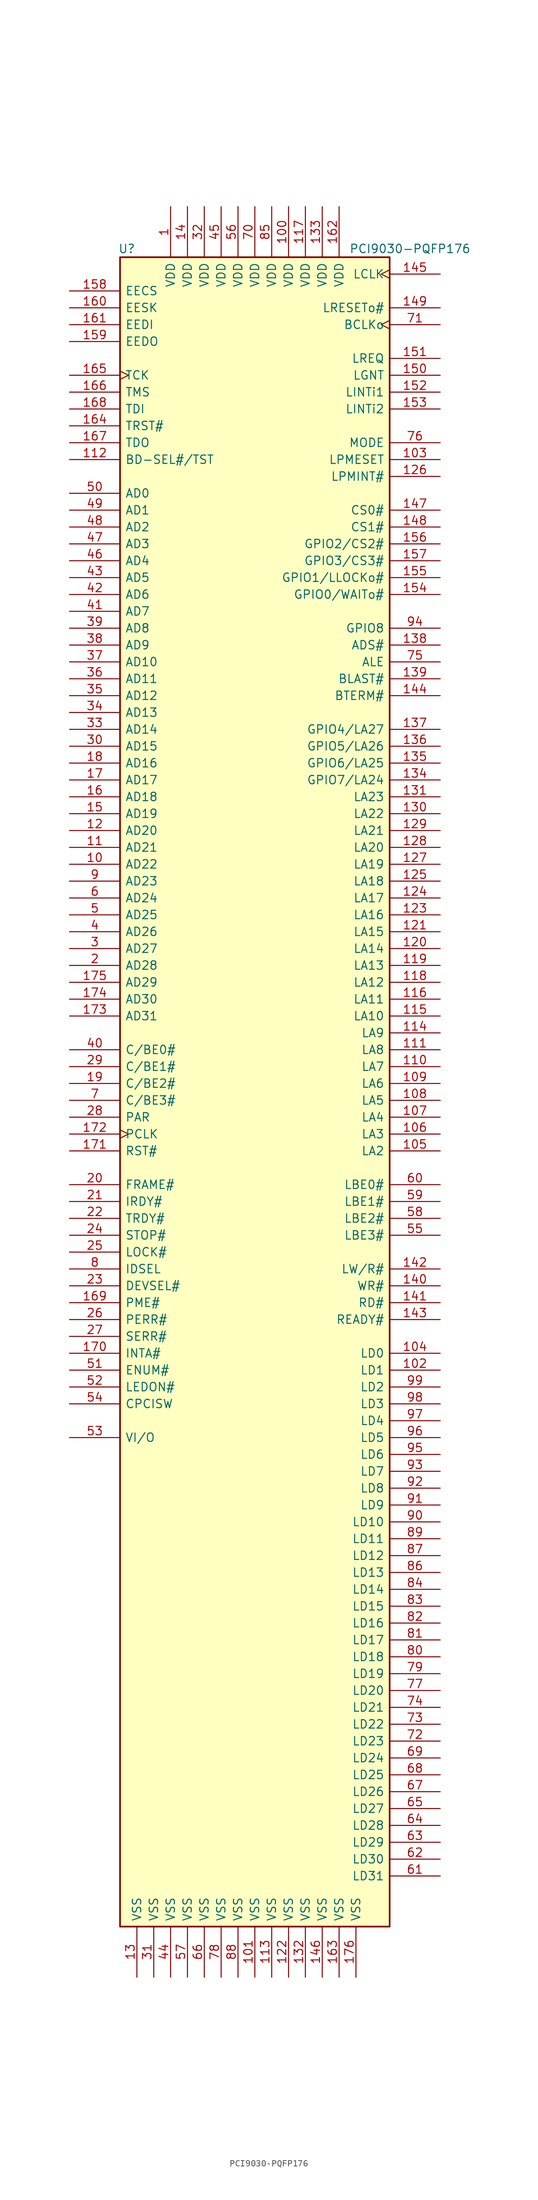
<source format=kicad_sym>
(kicad_symbol_lib
  (version 20241209)
  (generator "kicad_symbol_editor")
  (generator_version "9.0")
  (symbol "PCI9030-PQFP176"
    (pin_names
      (offset 0.762))
    (property "Reference" "U"
      (at -19.304 125.73 0)
      (effects (font (size 1.27 1.27))))
    (property "Value" "PCI9030-PQFP176"
      (at 14.224 125.73 0)
      (effects (font (size 1.27 1.27)) (justify left)))
    (symbol "PCI9030-PQFP176_1_1"
      (rectangle (start 20.32 -127) (end -20.32 124.46) (stroke (width 0.254) (type default)) (fill (type background)))
      (pin output line (at -27.94 119.38 0) (length 7.62) (name "EECS" (effects (font (size 1.27 1.27)))) (number "158" (effects (font (size 1.27 1.27)))))
      (pin output line (at -27.94 116.84 0) (length 7.62) (name "EESK" (effects (font (size 1.27 1.27)))) (number "160" (effects (font (size 1.27 1.27)))))
      (pin output line (at -27.94 114.3 0) (length 7.62) (name "EEDI" (effects (font (size 1.27 1.27)))) (number "161" (effects (font (size 1.27 1.27)))))
      (pin input line (at -27.94 111.76 0) (length 7.62) (name "EEDO" (effects (font (size 1.27 1.27)))) (number "159" (effects (font (size 1.27 1.27)))))
      (pin input clock (at -27.94 106.68 0) (length 7.62) (name "TCK" (effects (font (size 1.27 1.27)))) (number "165" (effects (font (size 1.27 1.27)))))
      (pin input line (at -27.94 104.14 0) (length 7.62) (name "TMS" (effects (font (size 1.27 1.27)))) (number "166" (effects (font (size 1.27 1.27)))))
      (pin input line (at -27.94 101.6 0) (length 7.62) (name "TDI" (effects (font (size 1.27 1.27)))) (number "168" (effects (font (size 1.27 1.27)))))
      (pin input line (at -27.94 99.06 0) (length 7.62) (name "TRST#" (effects (font (size 1.27 1.27)))) (number "164" (effects (font (size 1.27 1.27)))))
      (pin output line (at -27.94 96.52 0) (length 7.62) (name "TDO" (effects (font (size 1.27 1.27)))) (number "167" (effects (font (size 1.27 1.27)))))
      (pin input line (at -27.94 93.98 0) (length 7.62) (name "BD-SEL#/TST" (effects (font (size 1.27 1.27)))) (number "112" (effects (font (size 1.27 1.27)))))
      (pin bidirectional line (at -27.94 88.9 0) (length 7.62) (name "AD0" (effects (font (size 1.27 1.27)))) (number "50" (effects (font (size 1.27 1.27)))))
      (pin bidirectional line (at -27.94 86.36 0) (length 7.62) (name "AD1" (effects (font (size 1.27 1.27)))) (number "49" (effects (font (size 1.27 1.27)))))
      (pin bidirectional line (at -27.94 83.82 0) (length 7.62) (name "AD2" (effects (font (size 1.27 1.27)))) (number "48" (effects (font (size 1.27 1.27)))))
      (pin bidirectional line (at -27.94 81.28 0) (length 7.62) (name "AD3" (effects (font (size 1.27 1.27)))) (number "47" (effects (font (size 1.27 1.27)))))
      (pin bidirectional line (at -27.94 78.74 0) (length 7.62) (name "AD4" (effects (font (size 1.27 1.27)))) (number "46" (effects (font (size 1.27 1.27)))))
      (pin bidirectional line (at -27.94 76.2 0) (length 7.62) (name "AD5" (effects (font (size 1.27 1.27)))) (number "43" (effects (font (size 1.27 1.27)))))
      (pin bidirectional line (at -27.94 73.66 0) (length 7.62) (name "AD6" (effects (font (size 1.27 1.27)))) (number "42" (effects (font (size 1.27 1.27)))))
      (pin bidirectional line (at -27.94 71.12 0) (length 7.62) (name "AD7" (effects (font (size 1.27 1.27)))) (number "41" (effects (font (size 1.27 1.27)))))
      (pin bidirectional line (at -27.94 68.58 0) (length 7.62) (name "AD8" (effects (font (size 1.27 1.27)))) (number "39" (effects (font (size 1.27 1.27)))))
      (pin bidirectional line (at -27.94 66.04 0) (length 7.62) (name "AD9" (effects (font (size 1.27 1.27)))) (number "38" (effects (font (size 1.27 1.27)))))
      (pin bidirectional line (at -27.94 63.5 0) (length 7.62) (name "AD10" (effects (font (size 1.27 1.27)))) (number "37" (effects (font (size 1.27 1.27)))))
      (pin bidirectional line (at -27.94 60.96 0) (length 7.62) (name "AD11" (effects (font (size 1.27 1.27)))) (number "36" (effects (font (size 1.27 1.27)))))
      (pin bidirectional line (at -27.94 58.42 0) (length 7.62) (name "AD12" (effects (font (size 1.27 1.27)))) (number "35" (effects (font (size 1.27 1.27)))))
      (pin bidirectional line (at -27.94 55.88 0) (length 7.62) (name "AD13" (effects (font (size 1.27 1.27)))) (number "34" (effects (font (size 1.27 1.27)))))
      (pin bidirectional line (at -27.94 53.34 0) (length 7.62) (name "AD14" (effects (font (size 1.27 1.27)))) (number "33" (effects (font (size 1.27 1.27)))))
      (pin bidirectional line (at -27.94 50.8 0) (length 7.62) (name "AD15" (effects (font (size 1.27 1.27)))) (number "30" (effects (font (size 1.27 1.27)))))
      (pin bidirectional line (at -27.94 48.26 0) (length 7.62) (name "AD16" (effects (font (size 1.27 1.27)))) (number "18" (effects (font (size 1.27 1.27)))))
      (pin bidirectional line (at -27.94 45.72 0) (length 7.62) (name "AD17" (effects (font (size 1.27 1.27)))) (number "17" (effects (font (size 1.27 1.27)))))
      (pin bidirectional line (at -27.94 43.18 0) (length 7.62) (name "AD18" (effects (font (size 1.27 1.27)))) (number "16" (effects (font (size 1.27 1.27)))))
      (pin bidirectional line (at -27.94 40.64 0) (length 7.62) (name "AD19" (effects (font (size 1.27 1.27)))) (number "15" (effects (font (size 1.27 1.27)))))
      (pin bidirectional line (at -27.94 38.1 0) (length 7.62) (name "AD20" (effects (font (size 1.27 1.27)))) (number "12" (effects (font (size 1.27 1.27)))))
      (pin bidirectional line (at -27.94 35.56 0) (length 7.62) (name "AD21" (effects (font (size 1.27 1.27)))) (number "11" (effects (font (size 1.27 1.27)))))
      (pin bidirectional line (at -27.94 33.02 0) (length 7.62) (name "AD22" (effects (font (size 1.27 1.27)))) (number "10" (effects (font (size 1.27 1.27)))))
      (pin bidirectional line (at -27.94 30.48 0) (length 7.62) (name "AD23" (effects (font (size 1.27 1.27)))) (number "9" (effects (font (size 1.27 1.27)))))
      (pin bidirectional line (at -27.94 27.94 0) (length 7.62) (name "AD24" (effects (font (size 1.27 1.27)))) (number "6" (effects (font (size 1.27 1.27)))))
      (pin bidirectional line (at -27.94 25.4 0) (length 7.62) (name "AD25" (effects (font (size 1.27 1.27)))) (number "5" (effects (font (size 1.27 1.27)))))
      (pin bidirectional line (at -27.94 22.86 0) (length 7.62) (name "AD26" (effects (font (size 1.27 1.27)))) (number "4" (effects (font (size 1.27 1.27)))))
      (pin bidirectional line (at -27.94 20.32 0) (length 7.62) (name "AD27" (effects (font (size 1.27 1.27)))) (number "3" (effects (font (size 1.27 1.27)))))
      (pin bidirectional line (at -27.94 17.78 0) (length 7.62) (name "AD28" (effects (font (size 1.27 1.27)))) (number "2" (effects (font (size 1.27 1.27)))))
      (pin bidirectional line (at -27.94 15.24 0) (length 7.62) (name "AD29" (effects (font (size 1.27 1.27)))) (number "175" (effects (font (size 1.27 1.27)))))
      (pin bidirectional line (at -27.94 12.7 0) (length 7.62) (name "AD30" (effects (font (size 1.27 1.27)))) (number "174" (effects (font (size 1.27 1.27)))))
      (pin bidirectional line (at -27.94 10.16 0) (length 7.62) (name "AD31" (effects (font (size 1.27 1.27)))) (number "173" (effects (font (size 1.27 1.27)))))
      (pin bidirectional line (at -27.94 5.08 0) (length 7.62) (name "C/BE0#" (effects (font (size 1.27 1.27)))) (number "40" (effects (font (size 1.27 1.27)))))
      (pin bidirectional line (at -27.94 2.54 0) (length 7.62) (name "C/BE1#" (effects (font (size 1.27 1.27)))) (number "29" (effects (font (size 1.27 1.27)))))
      (pin bidirectional line (at -27.94 0 0) (length 7.62) (name "C/BE2#" (effects (font (size 1.27 1.27)))) (number "19" (effects (font (size 1.27 1.27)))))
      (pin bidirectional line (at -27.94 -2.54 0) (length 7.62) (name "C/BE3#" (effects (font (size 1.27 1.27)))) (number "7" (effects (font (size 1.27 1.27)))))
      (pin bidirectional line (at -27.94 -5.08 0) (length 7.62) (name "PAR" (effects (font (size 1.27 1.27)))) (number "28" (effects (font (size 1.27 1.27)))))
      (pin input clock (at -27.94 -7.62 0) (length 7.62) (name "PCLK" (effects (font (size 1.27 1.27)))) (number "172" (effects (font (size 1.27 1.27)))))
      (pin input line (at -27.94 -10.16 0) (length 7.62) (name "RST#" (effects (font (size 1.27 1.27)))) (number "171" (effects (font (size 1.27 1.27)))))
      (pin bidirectional line (at -27.94 -15.24 0) (length 7.62) (name "FRAME#" (effects (font (size 1.27 1.27)))) (number "20" (effects (font (size 1.27 1.27)))))
      (pin bidirectional line (at -27.94 -17.78 0) (length 7.62) (name "IRDY#" (effects (font (size 1.27 1.27)))) (number "21" (effects (font (size 1.27 1.27)))))
      (pin bidirectional line (at -27.94 -20.32 0) (length 7.62) (name "TRDY#" (effects (font (size 1.27 1.27)))) (number "22" (effects (font (size 1.27 1.27)))))
      (pin bidirectional line (at -27.94 -22.86 0) (length 7.62) (name "STOP#" (effects (font (size 1.27 1.27)))) (number "24" (effects (font (size 1.27 1.27)))))
      (pin input line (at -27.94 -25.4 0) (length 7.62) (name "LOCK#" (effects (font (size 1.27 1.27)))) (number "25" (effects (font (size 1.27 1.27)))))
      (pin input line (at -27.94 -27.94 0) (length 7.62) (name "IDSEL" (effects (font (size 1.27 1.27)))) (number "8" (effects (font (size 1.27 1.27)))))
      (pin bidirectional line (at -27.94 -30.48 0) (length 7.62) (name "DEVSEL#" (effects (font (size 1.27 1.27)))) (number "23" (effects (font (size 1.27 1.27)))))
      (pin output line (at -27.94 -33.02 0) (length 7.62) (name "PME#" (effects (font (size 1.27 1.27)))) (number "169" (effects (font (size 1.27 1.27)))))
      (pin output line (at -27.94 -35.56 0) (length 7.62) (name "PERR#" (effects (font (size 1.27 1.27)))) (number "26" (effects (font (size 1.27 1.27)))))
      (pin output line (at -27.94 -38.1 0) (length 7.62) (name "SERR#" (effects (font (size 1.27 1.27)))) (number "27" (effects (font (size 1.27 1.27)))))
      (pin output line (at -27.94 -40.64 0) (length 7.62) (name "INTA#" (effects (font (size 1.27 1.27)))) (number "170" (effects (font (size 1.27 1.27)))))
      (pin output line (at -27.94 -43.18 0) (length 7.62) (name "ENUM#" (effects (font (size 1.27 1.27)))) (number "51" (effects (font (size 1.27 1.27)))))
      (pin output line (at -27.94 -45.72 0) (length 7.62) (name "LEDON#" (effects (font (size 1.27 1.27)))) (number "52" (effects (font (size 1.27 1.27)))))
      (pin input line (at -27.94 -48.26 0) (length 7.62) (name "CPCISW" (effects (font (size 1.27 1.27)))) (number "54" (effects (font (size 1.27 1.27)))))
      (pin power_in line (at -27.94 -53.34 0) (length 7.62) (name "VI/O" (effects (font (size 1.27 1.27)))) (number "53" (effects (font (size 1.27 1.27)))))
      (pin power_in line (at -17.78 -134.62 90) (length 7.62) (name "VSS" (effects (font (size 1.27 1.27)))) (number "13" (effects (font (size 1.27 1.27)))))
      (pin power_in line (at -15.24 -134.62 90) (length 7.62) (name "VSS" (effects (font (size 1.27 1.27)))) (number "31" (effects (font (size 1.27 1.27)))))
      (pin power_in line (at -12.7 132.08 270) (length 7.62) (name "VDD" (effects (font (size 1.27 1.27)))) (number "1" (effects (font (size 1.27 1.27)))))
      (pin power_in line (at -12.7 -134.62 90) (length 7.62) (name "VSS" (effects (font (size 1.27 1.27)))) (number "44" (effects (font (size 1.27 1.27)))))
      (pin power_in line (at -10.16 132.08 270) (length 7.62) (name "VDD" (effects (font (size 1.27 1.27)))) (number "14" (effects (font (size 1.27 1.27)))))
      (pin power_in line (at -10.16 -134.62 90) (length 7.62) (name "VSS" (effects (font (size 1.27 1.27)))) (number "57" (effects (font (size 1.27 1.27)))))
      (pin power_in line (at -7.62 132.08 270) (length 7.62) (name "VDD" (effects (font (size 1.27 1.27)))) (number "32" (effects (font (size 1.27 1.27)))))
      (pin power_in line (at -7.62 -134.62 90) (length 7.62) (name "VSS" (effects (font (size 1.27 1.27)))) (number "66" (effects (font (size 1.27 1.27)))))
      (pin power_in line (at -5.08 132.08 270) (length 7.62) (name "VDD" (effects (font (size 1.27 1.27)))) (number "45" (effects (font (size 1.27 1.27)))))
      (pin power_in line (at -5.08 -134.62 90) (length 7.62) (name "VSS" (effects (font (size 1.27 1.27)))) (number "78" (effects (font (size 1.27 1.27)))))
      (pin power_in line (at -2.54 132.08 270) (length 7.62) (name "VDD" (effects (font (size 1.27 1.27)))) (number "56" (effects (font (size 1.27 1.27)))))
      (pin power_in line (at -2.54 -134.62 90) (length 7.62) (name "VSS" (effects (font (size 1.27 1.27)))) (number "88" (effects (font (size 1.27 1.27)))))
      (pin power_in line (at 0 132.08 270) (length 7.62) (name "VDD" (effects (font (size 1.27 1.27)))) (number "70" (effects (font (size 1.27 1.27)))))
      (pin power_in line (at 0 -134.62 90) (length 7.62) (name "VSS" (effects (font (size 1.27 1.27)))) (number "101" (effects (font (size 1.27 1.27)))))
      (pin power_in line (at 2.54 132.08 270) (length 7.62) (name "VDD" (effects (font (size 1.27 1.27)))) (number "85" (effects (font (size 1.27 1.27)))))
      (pin power_in line (at 2.54 -134.62 90) (length 7.62) (name "VSS" (effects (font (size 1.27 1.27)))) (number "113" (effects (font (size 1.27 1.27)))))
      (pin power_in line (at 5.08 132.08 270) (length 7.62) (name "VDD" (effects (font (size 1.27 1.27)))) (number "100" (effects (font (size 1.27 1.27)))))
      (pin power_in line (at 5.08 -134.62 90) (length 7.62) (name "VSS" (effects (font (size 1.27 1.27)))) (number "122" (effects (font (size 1.27 1.27)))))
      (pin power_in line (at 7.62 132.08 270) (length 7.62) (name "VDD" (effects (font (size 1.27 1.27)))) (number "117" (effects (font (size 1.27 1.27)))))
      (pin power_in line (at 7.62 -134.62 90) (length 7.62) (name "VSS" (effects (font (size 1.27 1.27)))) (number "132" (effects (font (size 1.27 1.27)))))
      (pin power_in line (at 10.16 132.08 270) (length 7.62) (name "VDD" (effects (font (size 1.27 1.27)))) (number "133" (effects (font (size 1.27 1.27)))))
      (pin power_in line (at 10.16 -134.62 90) (length 7.62) (name "VSS" (effects (font (size 1.27 1.27)))) (number "146" (effects (font (size 1.27 1.27)))))
      (pin power_in line (at 12.7 132.08 270) (length 7.62) (name "VDD" (effects (font (size 1.27 1.27)))) (number "162" (effects (font (size 1.27 1.27)))))
      (pin power_in line (at 12.7 -134.62 90) (length 7.62) (name "VSS" (effects (font (size 1.27 1.27)))) (number "163" (effects (font (size 1.27 1.27)))))
      (pin power_in line (at 15.24 -134.62 90) (length 7.62) (name "VSS" (effects (font (size 1.27 1.27)))) (number "176" (effects (font (size 1.27 1.27)))))
      (pin input clock (at 27.94 121.92 180) (length 7.62) (name "LCLK" (effects (font (size 1.27 1.27)))) (number "145" (effects (font (size 1.27 1.27)))))
      (pin output line (at 27.94 116.84 180) (length 7.62) (name "LRESETo#" (effects (font (size 1.27 1.27)))) (number "149" (effects (font (size 1.27 1.27)))))
      (pin output clock (at 27.94 114.3 180) (length 7.62) (name "BCLKo" (effects (font (size 1.27 1.27)))) (number "71" (effects (font (size 1.27 1.27)))))
      (pin input line (at 27.94 109.22 180) (length 7.62) (name "LREQ" (effects (font (size 1.27 1.27)))) (number "151" (effects (font (size 1.27 1.27)))))
      (pin output line (at 27.94 106.68 180) (length 7.62) (name "LGNT" (effects (font (size 1.27 1.27)))) (number "150" (effects (font (size 1.27 1.27)))))
      (pin input line (at 27.94 104.14 180) (length 7.62) (name "LINTi1" (effects (font (size 1.27 1.27)))) (number "152" (effects (font (size 1.27 1.27)))))
      (pin input line (at 27.94 101.6 180) (length 7.62) (name "LINTi2" (effects (font (size 1.27 1.27)))) (number "153" (effects (font (size 1.27 1.27)))))
      (pin input line (at 27.94 96.52 180) (length 7.62) (name "MODE" (effects (font (size 1.27 1.27)))) (number "76" (effects (font (size 1.27 1.27)))))
      (pin input line (at 27.94 93.98 180) (length 7.62) (name "LPMESET" (effects (font (size 1.27 1.27)))) (number "103" (effects (font (size 1.27 1.27)))))
      (pin output line (at 27.94 91.44 180) (length 7.62) (name "LPMINT#" (effects (font (size 1.27 1.27)))) (number "126" (effects (font (size 1.27 1.27)))))
      (pin output line (at 27.94 86.36 180) (length 7.62) (name "CS0#" (effects (font (size 1.27 1.27)))) (number "147" (effects (font (size 1.27 1.27)))))
      (pin output line (at 27.94 83.82 180) (length 7.62) (name "CS1#" (effects (font (size 1.27 1.27)))) (number "148" (effects (font (size 1.27 1.27)))))
      (pin bidirectional line (at 27.94 81.28 180) (length 7.62) (name "GPIO2/CS2#" (effects (font (size 1.27 1.27)))) (number "156" (effects (font (size 1.27 1.27)))))
      (pin bidirectional line (at 27.94 78.74 180) (length 7.62) (name "GPIO3/CS3#" (effects (font (size 1.27 1.27)))) (number "157" (effects (font (size 1.27 1.27)))))
      (pin bidirectional line (at 27.94 76.2 180) (length 7.62) (name "GPIO1/LLOCKo#" (effects (font (size 1.27 1.27)))) (number "155" (effects (font (size 1.27 1.27)))))
      (pin bidirectional line (at 27.94 73.66 180) (length 7.62) (name "GPIO0/WAITo#" (effects (font (size 1.27 1.27)))) (number "154" (effects (font (size 1.27 1.27)))))
      (pin bidirectional line (at 27.94 68.58 180) (length 7.62) (name "GPIO8" (effects (font (size 1.27 1.27)))) (number "94" (effects (font (size 1.27 1.27)))))
      (pin output line (at 27.94 66.04 180) (length 7.62) (name "ADS#" (effects (font (size 1.27 1.27)))) (number "138" (effects (font (size 1.27 1.27)))))
      (pin output line (at 27.94 63.5 180) (length 7.62) (name "ALE" (effects (font (size 1.27 1.27)))) (number "75" (effects (font (size 1.27 1.27)))))
      (pin output line (at 27.94 60.96 180) (length 7.62) (name "BLAST#" (effects (font (size 1.27 1.27)))) (number "139" (effects (font (size 1.27 1.27)))))
      (pin input line (at 27.94 58.42 180) (length 7.62) (name "BTERM#" (effects (font (size 1.27 1.27)))) (number "144" (effects (font (size 1.27 1.27)))))
      (pin bidirectional line (at 27.94 53.34 180) (length 7.62) (name "GPIO4/LA27" (effects (font (size 1.27 1.27)))) (number "137" (effects (font (size 1.27 1.27)))))
      (pin bidirectional line (at 27.94 50.8 180) (length 7.62) (name "GPIO5/LA26" (effects (font (size 1.27 1.27)))) (number "136" (effects (font (size 1.27 1.27)))))
      (pin bidirectional line (at 27.94 48.26 180) (length 7.62) (name "GPIO6/LA25" (effects (font (size 1.27 1.27)))) (number "135" (effects (font (size 1.27 1.27)))))
      (pin bidirectional line (at 27.94 45.72 180) (length 7.62) (name "GPIO7/LA24" (effects (font (size 1.27 1.27)))) (number "134" (effects (font (size 1.27 1.27)))))
      (pin output line (at 27.94 43.18 180) (length 7.62) (name "LA23" (effects (font (size 1.27 1.27)))) (number "131" (effects (font (size 1.27 1.27)))))
      (pin output line (at 27.94 40.64 180) (length 7.62) (name "LA22" (effects (font (size 1.27 1.27)))) (number "130" (effects (font (size 1.27 1.27)))))
      (pin output line (at 27.94 38.1 180) (length 7.62) (name "LA21" (effects (font (size 1.27 1.27)))) (number "129" (effects (font (size 1.27 1.27)))))
      (pin output line (at 27.94 35.56 180) (length 7.62) (name "LA20" (effects (font (size 1.27 1.27)))) (number "128" (effects (font (size 1.27 1.27)))))
      (pin output line (at 27.94 33.02 180) (length 7.62) (name "LA19" (effects (font (size 1.27 1.27)))) (number "127" (effects (font (size 1.27 1.27)))))
      (pin output line (at 27.94 30.48 180) (length 7.62) (name "LA18" (effects (font (size 1.27 1.27)))) (number "125" (effects (font (size 1.27 1.27)))))
      (pin output line (at 27.94 27.94 180) (length 7.62) (name "LA17" (effects (font (size 1.27 1.27)))) (number "124" (effects (font (size 1.27 1.27)))))
      (pin output line (at 27.94 25.4 180) (length 7.62) (name "LA16" (effects (font (size 1.27 1.27)))) (number "123" (effects (font (size 1.27 1.27)))))
      (pin output line (at 27.94 22.86 180) (length 7.62) (name "LA15" (effects (font (size 1.27 1.27)))) (number "121" (effects (font (size 1.27 1.27)))))
      (pin output line (at 27.94 20.32 180) (length 7.62) (name "LA14" (effects (font (size 1.27 1.27)))) (number "120" (effects (font (size 1.27 1.27)))))
      (pin output line (at 27.94 17.78 180) (length 7.62) (name "LA13" (effects (font (size 1.27 1.27)))) (number "119" (effects (font (size 1.27 1.27)))))
      (pin output line (at 27.94 15.24 180) (length 7.62) (name "LA12" (effects (font (size 1.27 1.27)))) (number "118" (effects (font (size 1.27 1.27)))))
      (pin output line (at 27.94 12.7 180) (length 7.62) (name "LA11" (effects (font (size 1.27 1.27)))) (number "116" (effects (font (size 1.27 1.27)))))
      (pin input line (at 27.94 10.16 180) (length 7.62) (name "LA10" (effects (font (size 1.27 1.27)))) (number "115" (effects (font (size 1.27 1.27)))))
      (pin output line (at 27.94 7.62 180) (length 7.62) (name "LA9" (effects (font (size 1.27 1.27)))) (number "114" (effects (font (size 1.27 1.27)))))
      (pin output line (at 27.94 5.08 180) (length 7.62) (name "LA8" (effects (font (size 1.27 1.27)))) (number "111" (effects (font (size 1.27 1.27)))))
      (pin output line (at 27.94 2.54 180) (length 7.62) (name "LA7" (effects (font (size 1.27 1.27)))) (number "110" (effects (font (size 1.27 1.27)))))
      (pin output line (at 27.94 0 180) (length 7.62) (name "LA6" (effects (font (size 1.27 1.27)))) (number "109" (effects (font (size 1.27 1.27)))))
      (pin output line (at 27.94 -2.54 180) (length 7.62) (name "LA5" (effects (font (size 1.27 1.27)))) (number "108" (effects (font (size 1.27 1.27)))))
      (pin output line (at 27.94 -5.08 180) (length 7.62) (name "LA4" (effects (font (size 1.27 1.27)))) (number "107" (effects (font (size 1.27 1.27)))))
      (pin output line (at 27.94 -7.62 180) (length 7.62) (name "LA3" (effects (font (size 1.27 1.27)))) (number "106" (effects (font (size 1.27 1.27)))))
      (pin output line (at 27.94 -10.16 180) (length 7.62) (name "LA2" (effects (font (size 1.27 1.27)))) (number "105" (effects (font (size 1.27 1.27)))))
      (pin output line (at 27.94 -15.24 180) (length 7.62) (name "LBE0#" (effects (font (size 1.27 1.27)))) (number "60" (effects (font (size 1.27 1.27)))))
      (pin output line (at 27.94 -17.78 180) (length 7.62) (name "LBE1#" (effects (font (size 1.27 1.27)))) (number "59" (effects (font (size 1.27 1.27)))))
      (pin output line (at 27.94 -20.32 180) (length 7.62) (name "LBE2#" (effects (font (size 1.27 1.27)))) (number "58" (effects (font (size 1.27 1.27)))))
      (pin output line (at 27.94 -22.86 180) (length 7.62) (name "LBE3#" (effects (font (size 1.27 1.27)))) (number "55" (effects (font (size 1.27 1.27)))))
      (pin output line (at 27.94 -27.94 180) (length 7.62) (name "LW/R#" (effects (font (size 1.27 1.27)))) (number "142" (effects (font (size 1.27 1.27)))))
      (pin output line (at 27.94 -30.48 180) (length 7.62) (name "WR#" (effects (font (size 1.27 1.27)))) (number "140" (effects (font (size 1.27 1.27)))))
      (pin output line (at 27.94 -33.02 180) (length 7.62) (name "RD#" (effects (font (size 1.27 1.27)))) (number "141" (effects (font (size 1.27 1.27)))))
      (pin input line (at 27.94 -35.56 180) (length 7.62) (name "READY#" (effects (font (size 1.27 1.27)))) (number "143" (effects (font (size 1.27 1.27)))))
      (pin bidirectional line (at 27.94 -40.64 180) (length 7.62) (name "LD0" (effects (font (size 1.27 1.27)))) (number "104" (effects (font (size 1.27 1.27)))))
      (pin bidirectional line (at 27.94 -43.18 180) (length 7.62) (name "LD1" (effects (font (size 1.27 1.27)))) (number "102" (effects (font (size 1.27 1.27)))))
      (pin bidirectional line (at 27.94 -45.72 180) (length 7.62) (name "LD2" (effects (font (size 1.27 1.27)))) (number "99" (effects (font (size 1.27 1.27)))))
      (pin bidirectional line (at 27.94 -48.26 180) (length 7.62) (name "LD3" (effects (font (size 1.27 1.27)))) (number "98" (effects (font (size 1.27 1.27)))))
      (pin bidirectional line (at 27.94 -50.8 180) (length 7.62) (name "LD4" (effects (font (size 1.27 1.27)))) (number "97" (effects (font (size 1.27 1.27)))))
      (pin bidirectional line (at 27.94 -53.34 180) (length 7.62) (name "LD5" (effects (font (size 1.27 1.27)))) (number "96" (effects (font (size 1.27 1.27)))))
      (pin bidirectional line (at 27.94 -55.88 180) (length 7.62) (name "LD6" (effects (font (size 1.27 1.27)))) (number "95" (effects (font (size 1.27 1.27)))))
      (pin bidirectional line (at 27.94 -58.42 180) (length 7.62) (name "LD7" (effects (font (size 1.27 1.27)))) (number "93" (effects (font (size 1.27 1.27)))))
      (pin bidirectional line (at 27.94 -60.96 180) (length 7.62) (name "LD8" (effects (font (size 1.27 1.27)))) (number "92" (effects (font (size 1.27 1.27)))))
      (pin bidirectional line (at 27.94 -63.5 180) (length 7.62) (name "LD9" (effects (font (size 1.27 1.27)))) (number "91" (effects (font (size 1.27 1.27)))))
      (pin bidirectional line (at 27.94 -66.04 180) (length 7.62) (name "LD10" (effects (font (size 1.27 1.27)))) (number "90" (effects (font (size 1.27 1.27)))))
      (pin bidirectional line (at 27.94 -68.58 180) (length 7.62) (name "LD11" (effects (font (size 1.27 1.27)))) (number "89" (effects (font (size 1.27 1.27)))))
      (pin bidirectional line (at 27.94 -71.12 180) (length 7.62) (name "LD12" (effects (font (size 1.27 1.27)))) (number "87" (effects (font (size 1.27 1.27)))))
      (pin bidirectional line (at 27.94 -73.66 180) (length 7.62) (name "LD13" (effects (font (size 1.27 1.27)))) (number "86" (effects (font (size 1.27 1.27)))))
      (pin bidirectional line (at 27.94 -76.2 180) (length 7.62) (name "LD14" (effects (font (size 1.27 1.27)))) (number "84" (effects (font (size 1.27 1.27)))))
      (pin bidirectional line (at 27.94 -78.74 180) (length 7.62) (name "LD15" (effects (font (size 1.27 1.27)))) (number "83" (effects (font (size 1.27 1.27)))))
      (pin bidirectional line (at 27.94 -81.28 180) (length 7.62) (name "LD16" (effects (font (size 1.27 1.27)))) (number "82" (effects (font (size 1.27 1.27)))))
      (pin bidirectional line (at 27.94 -83.82 180) (length 7.62) (name "LD17" (effects (font (size 1.27 1.27)))) (number "81" (effects (font (size 1.27 1.27)))))
      (pin bidirectional line (at 27.94 -86.36 180) (length 7.62) (name "LD18" (effects (font (size 1.27 1.27)))) (number "80" (effects (font (size 1.27 1.27)))))
      (pin bidirectional line (at 27.94 -88.9 180) (length 7.62) (name "LD19" (effects (font (size 1.27 1.27)))) (number "79" (effects (font (size 1.27 1.27)))))
      (pin bidirectional line (at 27.94 -91.44 180) (length 7.62) (name "LD20" (effects (font (size 1.27 1.27)))) (number "77" (effects (font (size 1.27 1.27)))))
      (pin bidirectional line (at 27.94 -93.98 180) (length 7.62) (name "LD21" (effects (font (size 1.27 1.27)))) (number "74" (effects (font (size 1.27 1.27)))))
      (pin bidirectional line (at 27.94 -96.52 180) (length 7.62) (name "LD22" (effects (font (size 1.27 1.27)))) (number "73" (effects (font (size 1.27 1.27)))))
      (pin bidirectional line (at 27.94 -99.06 180) (length 7.62) (name "LD23" (effects (font (size 1.27 1.27)))) (number "72" (effects (font (size 1.27 1.27)))))
      (pin bidirectional line (at 27.94 -101.6 180) (length 7.62) (name "LD24" (effects (font (size 1.27 1.27)))) (number "69" (effects (font (size 1.27 1.27)))))
      (pin bidirectional line (at 27.94 -104.14 180) (length 7.62) (name "LD25" (effects (font (size 1.27 1.27)))) (number "68" (effects (font (size 1.27 1.27)))))
      (pin bidirectional line (at 27.94 -106.68 180) (length 7.62) (name "LD26" (effects (font (size 1.27 1.27)))) (number "67" (effects (font (size 1.27 1.27)))))
      (pin bidirectional line (at 27.94 -109.22 180) (length 7.62) (name "LD27" (effects (font (size 1.27 1.27)))) (number "65" (effects (font (size 1.27 1.27)))))
      (pin bidirectional line (at 27.94 -111.76 180) (length 7.62) (name "LD28" (effects (font (size 1.27 1.27)))) (number "64" (effects (font (size 1.27 1.27)))))
      (pin bidirectional line (at 27.94 -114.3 180) (length 7.62) (name "LD29" (effects (font (size 1.27 1.27)))) (number "63" (effects (font (size 1.27 1.27)))))
      (pin bidirectional line (at 27.94 -116.84 180) (length 7.62) (name "LD30" (effects (font (size 1.27 1.27)))) (number "62" (effects (font (size 1.27 1.27)))))
      (pin bidirectional line (at 27.94 -119.38 180) (length 7.62) (name "LD31" (effects (font (size 1.27 1.27)))) (number "61" (effects (font (size 1.27 1.27))))))))
</source>
